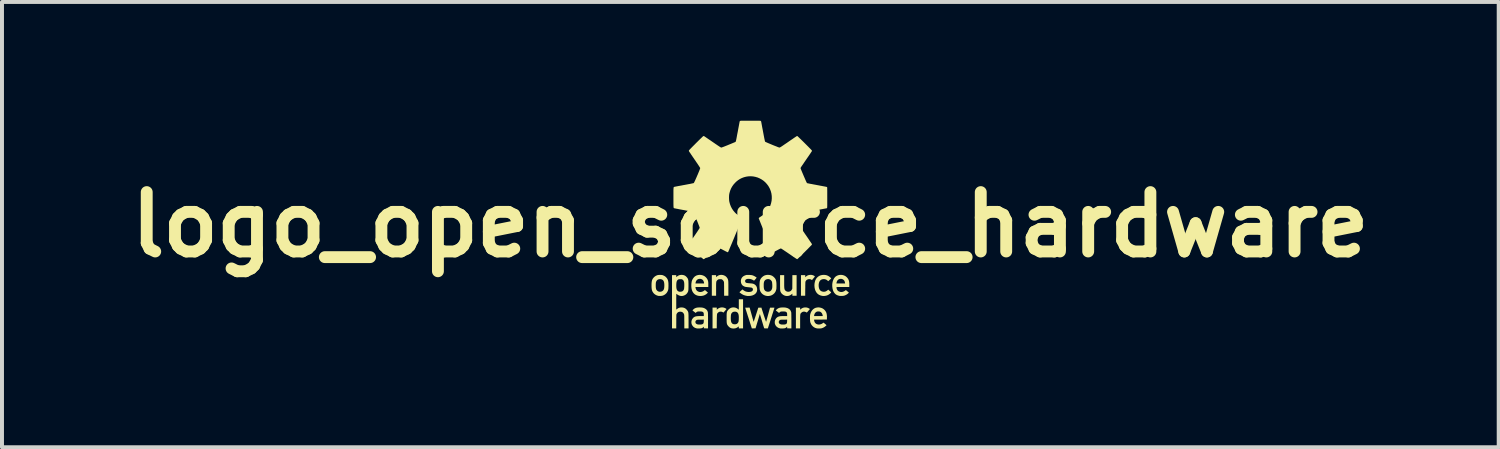
<source format=kicad_pcb>
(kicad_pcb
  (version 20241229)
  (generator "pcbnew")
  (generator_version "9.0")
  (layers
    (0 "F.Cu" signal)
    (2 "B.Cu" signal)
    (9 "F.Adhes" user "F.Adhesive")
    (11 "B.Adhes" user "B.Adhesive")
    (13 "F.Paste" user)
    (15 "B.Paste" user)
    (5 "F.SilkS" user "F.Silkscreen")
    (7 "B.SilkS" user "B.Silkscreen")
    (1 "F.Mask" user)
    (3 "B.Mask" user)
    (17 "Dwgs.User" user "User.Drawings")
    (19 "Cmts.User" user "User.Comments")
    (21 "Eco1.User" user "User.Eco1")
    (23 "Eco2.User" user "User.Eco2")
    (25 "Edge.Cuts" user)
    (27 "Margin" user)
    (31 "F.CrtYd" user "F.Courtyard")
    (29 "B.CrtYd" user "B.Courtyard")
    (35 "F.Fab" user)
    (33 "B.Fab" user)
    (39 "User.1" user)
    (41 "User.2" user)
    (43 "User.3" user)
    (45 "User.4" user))
  (footprint "logo_open_source_hardware"
    (layer "F.Cu")
    (at 15.907 2.625)
    (property "Reference" "logo_open_source_hardware" (at 0 0 0) (layer "F.SilkS") (effects (font (size 1.5 1.5) (thickness 0.3))))
    (attr board_only exclude_from_pos_files exclude_from_bom)
    (fp_poly (pts (xy 1.427 2.095) (xy 1.459 2.105) (xy 1.489 2.121) (xy 1.492 2.123) (xy 1.505 2.132) (xy 1.467 2.177) (xy 1.454 2.192) (xy 1.443 2.205) (xy 1.434 2.214) (xy 1.428 2.22) (xy 1.426 2.221) (xy 1.422 2.219) (xy 1.413 2.215) (xy 1.403 2.209) (xy 1.377 2.2) (xy 1.352 2.198) (xy 1.327 2.202) (xy 1.305 2.213) (xy 1.285 2.229) (xy 1.279 2.235) (xy 1.274 2.241) (xy 1.27 2.247) (xy 1.267 2.254) (xy 1.264 2.263) (xy 1.262 2.274) (xy 1.261 2.288) (xy 1.259 2.305) (xy 1.259 2.326) (xy 1.258 2.352) (xy 1.258 2.383) (xy 1.258 2.421) (xy 1.258 2.452) (xy 1.258 2.621) (xy 1.205 2.621) (xy 1.151 2.621) (xy 1.151 2.359) (xy 1.151 2.097) (xy 1.205 2.097) (xy 1.258 2.097) (xy 1.258 2.124) (xy 1.258 2.151) (xy 1.276 2.134) (xy 1.302 2.115) (xy 1.331 2.101) (xy 1.362 2.094) (xy 1.395 2.092)) (stroke (width 0) (type solid)) (fill yes) (layer "F.SilkS"))
    (fp_poly (pts (xy 1.553 1.271) (xy 1.585 1.28) (xy 1.606 1.29) (xy 1.617 1.296) (xy 1.624 1.301) (xy 1.628 1.306) (xy 1.628 1.312) (xy 1.624 1.32) (xy 1.616 1.331) (xy 1.604 1.345) (xy 1.595 1.356) (xy 1.557 1.401) (xy 1.544 1.392) (xy 1.523 1.382) (xy 1.502 1.377) (xy 1.48 1.377) (xy 1.454 1.382) (xy 1.431 1.392) (xy 1.412 1.408) (xy 1.398 1.428) (xy 1.395 1.436) (xy 1.393 1.44) (xy 1.392 1.446) (xy 1.391 1.452) (xy 1.39 1.461) (xy 1.39 1.473) (xy 1.389 1.488) (xy 1.389 1.507) (xy 1.388 1.531) (xy 1.388 1.56) (xy 1.388 1.596) (xy 1.387 1.625) (xy 1.386 1.797) (xy 1.333 1.797) (xy 1.279 1.797) (xy 1.279 1.536) (xy 1.279 1.276) (xy 1.333 1.276) (xy 1.387 1.276) (xy 1.387 1.303) (xy 1.387 1.329) (xy 1.403 1.314) (xy 1.428 1.294) (xy 1.457 1.28) (xy 1.488 1.272) (xy 1.521 1.269)) (stroke (width 0) (type solid)) (fill yes) (layer "F.SilkS"))
    (fp_poly (pts (xy -0.678 2.095) (xy -0.646 2.105) (xy -0.616 2.121) (xy -0.614 2.123) (xy -0.601 2.132) (xy -0.639 2.177) (xy -0.652 2.192) (xy -0.663 2.204) (xy -0.672 2.214) (xy -0.678 2.22) (xy -0.679 2.221) (xy -0.684 2.219) (xy -0.692 2.215) (xy -0.703 2.209) (xy -0.718 2.203) (xy -0.731 2.199) (xy -0.747 2.199) (xy -0.748 2.199) (xy -0.771 2.2) (xy -0.79 2.206) (xy -0.807 2.216) (xy -0.815 2.223) (xy -0.822 2.229) (xy -0.827 2.235) (xy -0.832 2.24) (xy -0.836 2.247) (xy -0.839 2.254) (xy -0.841 2.264) (xy -0.843 2.276) (xy -0.844 2.291) (xy -0.845 2.311) (xy -0.846 2.334) (xy -0.847 2.363) (xy -0.847 2.398) (xy -0.848 2.439) (xy -0.848 2.445) (xy -0.849 2.62) (xy -0.902 2.621) (xy -0.955 2.622) (xy -0.955 2.359) (xy -0.955 2.097) (xy -0.901 2.097) (xy -0.848 2.097) (xy -0.848 2.124) (xy -0.848 2.151) (xy -0.83 2.134) (xy -0.804 2.115) (xy -0.775 2.101) (xy -0.743 2.093) (xy -0.711 2.091)) (stroke (width 0) (type solid)) (fill yes) (layer "F.SilkS"))
    (fp_poly (pts (xy 0.855 1.432) (xy 0.855 1.474) (xy 0.855 1.509) (xy 0.855 1.539) (xy 0.856 1.563) (xy 0.857 1.583) (xy 0.858 1.6) (xy 0.86 1.613) (xy 0.862 1.623) (xy 0.864 1.632) (xy 0.867 1.639) (xy 0.869 1.644) (xy 0.883 1.664) (xy 0.902 1.68) (xy 0.925 1.691) (xy 0.949 1.696) (xy 0.975 1.695) (xy 0.987 1.692) (xy 1.01 1.683) (xy 1.028 1.67) (xy 1.042 1.652) (xy 1.048 1.641) (xy 1.06 1.617) (xy 1.061 1.446) (xy 1.062 1.276) (xy 1.115 1.276) (xy 1.169 1.276) (xy 1.169 1.536) (xy 1.169 1.797) (xy 1.115 1.797) (xy 1.062 1.797) (xy 1.062 1.77) (xy 1.062 1.743) (xy 1.045 1.758) (xy 1.016 1.779) (xy 0.985 1.794) (xy 0.952 1.802) (xy 0.918 1.803) (xy 0.886 1.799) (xy 0.858 1.789) (xy 0.83 1.774) (xy 0.806 1.755) (xy 0.785 1.734) (xy 0.772 1.713) (xy 0.767 1.704) (xy 0.764 1.696) (xy 0.761 1.689) (xy 0.758 1.68) (xy 0.756 1.671) (xy 0.755 1.66) (xy 0.753 1.646) (xy 0.752 1.629) (xy 0.752 1.608) (xy 0.752 1.583) (xy 0.751 1.553) (xy 0.751 1.517) (xy 0.751 1.475) (xy 0.751 1.466) (xy 0.751 1.276) (xy 0.803 1.276) (xy 0.855 1.276)) (stroke (width 0) (type solid)) (fill yes) (layer "F.SilkS"))
    (fp_poly (pts (xy -0.696 1.273) (xy -0.666 1.282) (xy -0.637 1.296) (xy -0.611 1.316) (xy -0.59 1.34) (xy -0.577 1.361) (xy -0.572 1.37) (xy -0.569 1.378) (xy -0.565 1.387) (xy -0.563 1.397) (xy -0.56 1.408) (xy -0.559 1.421) (xy -0.557 1.437) (xy -0.556 1.457) (xy -0.556 1.481) (xy -0.555 1.509) (xy -0.555 1.543) (xy -0.555 1.583) (xy -0.555 1.614) (xy -0.555 1.797) (xy -0.608 1.797) (xy -0.662 1.797) (xy -0.663 1.625) (xy -0.663 1.585) (xy -0.663 1.552) (xy -0.664 1.525) (xy -0.664 1.503) (xy -0.664 1.486) (xy -0.665 1.472) (xy -0.665 1.461) (xy -0.666 1.454) (xy -0.667 1.448) (xy -0.669 1.443) (xy -0.67 1.439) (xy -0.672 1.435) (xy -0.686 1.412) (xy -0.705 1.393) (xy -0.717 1.385) (xy -0.726 1.381) (xy -0.736 1.379) (xy -0.749 1.378) (xy -0.764 1.378) (xy -0.78 1.378) (xy -0.791 1.379) (xy -0.801 1.381) (xy -0.81 1.385) (xy -0.815 1.388) (xy -0.827 1.397) (xy -0.839 1.407) (xy -0.844 1.413) (xy -0.849 1.42) (xy -0.853 1.426) (xy -0.856 1.433) (xy -0.859 1.44) (xy -0.861 1.45) (xy -0.862 1.462) (xy -0.864 1.477) (xy -0.864 1.495) (xy -0.865 1.519) (xy -0.865 1.547) (xy -0.865 1.58) (xy -0.865 1.62) (xy -0.865 1.63) (xy -0.865 1.797) (xy -0.919 1.797) (xy -0.973 1.797) (xy -0.973 1.536) (xy -0.973 1.276) (xy -0.919 1.276) (xy -0.865 1.276) (xy -0.865 1.301) (xy -0.865 1.326) (xy -0.849 1.312) (xy -0.821 1.292) (xy -0.791 1.278) (xy -0.76 1.271) (xy -0.728 1.269)) (stroke (width 0) (type solid)) (fill yes) (layer "F.SilkS"))
    (fp_poly (pts (xy 1.868 1.27) (xy 1.901 1.273) (xy 1.93 1.28) (xy 1.957 1.291) (xy 1.975 1.301) (xy 1.987 1.308) (xy 2 1.318) (xy 2.013 1.328) (xy 2.025 1.339) (xy 2.035 1.348) (xy 2.041 1.355) (xy 2.043 1.358) (xy 2.041 1.361) (xy 2.034 1.369) (xy 2.023 1.379) (xy 2.01 1.39) (xy 2.005 1.395) (xy 1.967 1.429) (xy 1.95 1.413) (xy 1.926 1.394) (xy 1.899 1.383) (xy 1.87 1.377) (xy 1.864 1.376) (xy 1.832 1.378) (xy 1.804 1.385) (xy 1.78 1.398) (xy 1.76 1.416) (xy 1.745 1.44) (xy 1.734 1.469) (xy 1.727 1.504) (xy 1.726 1.537) (xy 1.728 1.573) (xy 1.735 1.606) (xy 1.746 1.634) (xy 1.762 1.657) (xy 1.781 1.675) (xy 1.803 1.686) (xy 1.835 1.695) (xy 1.866 1.696) (xy 1.895 1.691) (xy 1.924 1.678) (xy 1.951 1.658) (xy 1.954 1.655) (xy 1.968 1.643) (xy 2.003 1.674) (xy 2.016 1.686) (xy 2.028 1.696) (xy 2.036 1.704) (xy 2.041 1.708) (xy 2.041 1.708) (xy 2.041 1.713) (xy 2.037 1.72) (xy 2.028 1.73) (xy 2.016 1.741) (xy 2.001 1.753) (xy 1.986 1.764) (xy 1.969 1.774) (xy 1.968 1.775) (xy 1.937 1.789) (xy 1.901 1.798) (xy 1.864 1.803) (xy 1.828 1.802) (xy 1.809 1.799) (xy 1.769 1.788) (xy 1.733 1.772) (xy 1.702 1.75) (xy 1.676 1.723) (xy 1.655 1.69) (xy 1.638 1.653) (xy 1.627 1.611) (xy 1.622 1.581) (xy 1.619 1.535) (xy 1.622 1.489) (xy 1.63 1.447) (xy 1.642 1.407) (xy 1.66 1.371) (xy 1.683 1.341) (xy 1.711 1.315) (xy 1.743 1.295) (xy 1.778 1.28) (xy 1.817 1.272) (xy 1.859 1.269)) (stroke (width 0) (type solid)) (fill yes) (layer "F.SilkS"))
    (fp_poly (pts (xy 1.758 2.095) (xy 1.793 2.104) (xy 1.826 2.118) (xy 1.855 2.138) (xy 1.882 2.163) (xy 1.903 2.192) (xy 1.92 2.225) (xy 1.92 2.226) (xy 1.928 2.255) (xy 1.933 2.287) (xy 1.936 2.326) (xy 1.935 2.352) (xy 1.934 2.398) (xy 1.773 2.399) (xy 1.611 2.4) (xy 1.611 2.412) (xy 1.612 2.422) (xy 1.615 2.435) (xy 1.619 2.448) (xy 1.63 2.473) (xy 1.646 2.493) (xy 1.667 2.509) (xy 1.692 2.519) (xy 1.721 2.524) (xy 1.741 2.524) (xy 1.774 2.518) (xy 1.805 2.506) (xy 1.828 2.491) (xy 1.849 2.476) (xy 1.888 2.508) (xy 1.926 2.541) (xy 1.902 2.563) (xy 1.876 2.584) (xy 1.845 2.602) (xy 1.814 2.615) (xy 1.795 2.62) (xy 1.774 2.623) (xy 1.749 2.624) (xy 1.722 2.624) (xy 1.696 2.623) (xy 1.674 2.62) (xy 1.672 2.619) (xy 1.638 2.609) (xy 1.606 2.592) (xy 1.578 2.57) (xy 1.554 2.544) (xy 1.535 2.515) (xy 1.535 2.514) (xy 1.526 2.494) (xy 1.518 2.474) (xy 1.513 2.455) (xy 1.51 2.434) (xy 1.508 2.41) (xy 1.507 2.381) (xy 1.506 2.363) (xy 1.507 2.337) (xy 1.507 2.318) (xy 1.508 2.303) (xy 1.508 2.3) (xy 1.611 2.3) (xy 1.611 2.301) (xy 1.611 2.311) (xy 1.72 2.311) (xy 1.83 2.311) (xy 1.827 2.294) (xy 1.82 2.264) (xy 1.807 2.238) (xy 1.79 2.218) (xy 1.773 2.205) (xy 1.763 2.2) (xy 1.752 2.197) (xy 1.739 2.195) (xy 1.726 2.194) (xy 1.7 2.194) (xy 1.679 2.199) (xy 1.661 2.209) (xy 1.644 2.224) (xy 1.642 2.225) (xy 1.63 2.241) (xy 1.621 2.261) (xy 1.614 2.282) (xy 1.611 2.3) (xy 1.508 2.3) (xy 1.509 2.29) (xy 1.511 2.278) (xy 1.514 2.266) (xy 1.514 2.263) (xy 1.527 2.223) (xy 1.545 2.188) (xy 1.567 2.158) (xy 1.593 2.133) (xy 1.622 2.114) (xy 1.646 2.103) (xy 1.684 2.094) (xy 1.721 2.091)) (stroke (width 0) (type solid)) (fill yes) (layer "F.SilkS"))
    (fp_poly (pts (xy -1.248 1.271) (xy -1.211 1.279) (xy -1.176 1.293) (xy -1.175 1.293) (xy -1.152 1.307) (xy -1.13 1.325) (xy -1.109 1.347) (xy -1.093 1.369) (xy -1.087 1.378) (xy -1.078 1.398) (xy -1.071 1.418) (xy -1.066 1.439) (xy -1.063 1.464) (xy -1.062 1.493) (xy -1.062 1.516) (xy -1.062 1.576) (xy -1.224 1.576) (xy -1.387 1.576) (xy -1.385 1.594) (xy -1.378 1.625) (xy -1.365 1.651) (xy -1.348 1.672) (xy -1.326 1.687) (xy -1.299 1.698) (xy -1.287 1.701) (xy -1.256 1.703) (xy -1.225 1.697) (xy -1.195 1.686) (xy -1.165 1.667) (xy -1.161 1.664) (xy -1.148 1.653) (xy -1.123 1.673) (xy -1.11 1.684) (xy -1.097 1.695) (xy -1.087 1.704) (xy -1.085 1.706) (xy -1.071 1.718) (xy -1.087 1.734) (xy -1.116 1.759) (xy -1.149 1.779) (xy -1.186 1.793) (xy -1.225 1.801) (xy -1.267 1.803) (xy -1.305 1.8) (xy -1.344 1.791) (xy -1.379 1.776) (xy -1.409 1.756) (xy -1.435 1.73) (xy -1.457 1.699) (xy -1.473 1.663) (xy -1.479 1.643) (xy -1.487 1.607) (xy -1.491 1.566) (xy -1.491 1.524) (xy -1.489 1.485) (xy -1.387 1.485) (xy -1.383 1.486) (xy -1.373 1.486) (xy -1.358 1.486) (xy -1.339 1.486) (xy -1.315 1.486) (xy -1.289 1.486) (xy -1.277 1.486) (xy -1.168 1.486) (xy -1.17 1.468) (xy -1.174 1.45) (xy -1.181 1.431) (xy -1.19 1.413) (xy -1.2 1.4) (xy -1.2 1.4) (xy -1.217 1.386) (xy -1.238 1.376) (xy -1.26 1.37) (xy -1.267 1.37) (xy -1.295 1.371) (xy -1.32 1.378) (xy -1.342 1.391) (xy -1.36 1.41) (xy -1.374 1.433) (xy -1.382 1.462) (xy -1.383 1.463) (xy -1.385 1.474) (xy -1.386 1.483) (xy -1.387 1.485) (xy -1.489 1.485) (xy -1.488 1.481) (xy -1.482 1.441) (xy -1.481 1.437) (xy -1.471 1.404) (xy -1.455 1.373) (xy -1.435 1.344) (xy -1.413 1.319) (xy -1.39 1.301) (xy -1.358 1.284) (xy -1.323 1.274) (xy -1.286 1.269)) (stroke (width 0) (type solid)) (fill yes) (layer "F.SilkS"))
    (fp_poly (pts (xy -2.258 1.271) (xy -2.236 1.273) (xy -2.217 1.276) (xy -2.215 1.277) (xy -2.18 1.292) (xy -2.15 1.31) (xy -2.125 1.334) (xy -2.111 1.35) (xy -2.099 1.368) (xy -2.089 1.387) (xy -2.081 1.407) (xy -2.076 1.429) (xy -2.072 1.455) (xy -2.069 1.485) (xy -2.069 1.521) (xy -2.068 1.536) (xy -2.069 1.568) (xy -2.07 1.596) (xy -2.071 1.618) (xy -2.073 1.634) (xy -2.083 1.67) (xy -2.1 1.703) (xy -2.121 1.733) (xy -2.148 1.758) (xy -2.179 1.779) (xy -2.214 1.794) (xy -2.218 1.795) (xy -2.235 1.798) (xy -2.256 1.801) (xy -2.279 1.802) (xy -2.301 1.802) (xy -2.319 1.801) (xy -2.324 1.8) (xy -2.36 1.79) (xy -2.393 1.774) (xy -2.423 1.753) (xy -2.449 1.727) (xy -2.469 1.696) (xy -2.473 1.689) (xy -2.481 1.671) (xy -2.487 1.651) (xy -2.491 1.629) (xy -2.494 1.604) (xy -2.496 1.573) (xy -2.496 1.537) (xy -2.496 1.533) (xy -2.496 1.524) (xy -2.39 1.524) (xy -2.39 1.554) (xy -2.389 1.581) (xy -2.386 1.605) (xy -2.382 1.624) (xy -2.379 1.635) (xy -2.365 1.657) (xy -2.347 1.675) (xy -2.326 1.688) (xy -2.301 1.695) (xy -2.276 1.696) (xy -2.249 1.691) (xy -2.235 1.686) (xy -2.215 1.674) (xy -2.2 1.659) (xy -2.188 1.64) (xy -2.18 1.617) (xy -2.175 1.587) (xy -2.175 1.582) (xy -2.173 1.55) (xy -2.173 1.518) (xy -2.175 1.489) (xy -2.179 1.462) (xy -2.185 1.44) (xy -2.192 1.424) (xy -2.192 1.423) (xy -2.208 1.403) (xy -2.228 1.388) (xy -2.252 1.38) (xy -2.274 1.377) (xy -2.303 1.378) (xy -2.328 1.385) (xy -2.349 1.397) (xy -2.366 1.416) (xy -2.375 1.431) (xy -2.38 1.442) (xy -2.384 1.453) (xy -2.386 1.464) (xy -2.388 1.479) (xy -2.389 1.494) (xy -2.39 1.524) (xy -2.496 1.524) (xy -2.496 1.497) (xy -2.494 1.467) (xy -2.491 1.442) (xy -2.487 1.42) (xy -2.482 1.401) (xy -2.48 1.395) (xy -2.465 1.366) (xy -2.444 1.339) (xy -2.419 1.315) (xy -2.39 1.295) (xy -2.359 1.281) (xy -2.352 1.278) (xy -2.333 1.274) (xy -2.309 1.271) (xy -2.284 1.27)) (stroke (width 0) (type solid)) (fill yes) (layer "F.SilkS"))
    (fp_poly (pts (xy 0.487 1.272) (xy 0.521 1.28) (xy 0.553 1.294) (xy 0.582 1.315) (xy 0.598 1.329) (xy 0.614 1.347) (xy 0.628 1.364) (xy 0.638 1.382) (xy 0.646 1.401) (xy 0.652 1.423) (xy 0.656 1.449) (xy 0.659 1.478) (xy 0.66 1.514) (xy 0.66 1.538) (xy 0.66 1.566) (xy 0.659 1.587) (xy 0.659 1.604) (xy 0.658 1.617) (xy 0.657 1.628) (xy 0.655 1.637) (xy 0.652 1.647) (xy 0.652 1.648) (xy 0.64 1.683) (xy 0.623 1.713) (xy 0.601 1.74) (xy 0.598 1.743) (xy 0.569 1.767) (xy 0.537 1.785) (xy 0.501 1.797) (xy 0.464 1.803) (xy 0.425 1.803) (xy 0.408 1.8) (xy 0.371 1.791) (xy 0.337 1.775) (xy 0.307 1.755) (xy 0.281 1.729) (xy 0.26 1.699) (xy 0.255 1.688) (xy 0.248 1.672) (xy 0.242 1.656) (xy 0.238 1.64) (xy 0.236 1.621) (xy 0.234 1.598) (xy 0.233 1.571) (xy 0.232 1.539) (xy 0.232 1.535) (xy 0.232 1.531) (xy 0.338 1.531) (xy 0.338 1.554) (xy 0.339 1.582) (xy 0.342 1.604) (xy 0.345 1.622) (xy 0.35 1.637) (xy 0.357 1.65) (xy 0.364 1.659) (xy 0.38 1.676) (xy 0.401 1.687) (xy 0.426 1.694) (xy 0.451 1.696) (xy 0.477 1.692) (xy 0.479 1.692) (xy 0.503 1.681) (xy 0.523 1.665) (xy 0.538 1.643) (xy 0.548 1.617) (xy 0.552 1.601) (xy 0.554 1.583) (xy 0.555 1.561) (xy 0.555 1.536) (xy 0.554 1.511) (xy 0.552 1.488) (xy 0.55 1.467) (xy 0.548 1.45) (xy 0.546 1.444) (xy 0.536 1.424) (xy 0.521 1.406) (xy 0.503 1.391) (xy 0.484 1.382) (xy 0.483 1.381) (xy 0.456 1.376) (xy 0.429 1.377) (xy 0.404 1.384) (xy 0.382 1.395) (xy 0.377 1.399) (xy 0.364 1.413) (xy 0.354 1.428) (xy 0.346 1.447) (xy 0.341 1.47) (xy 0.338 1.498) (xy 0.338 1.531) (xy 0.232 1.531) (xy 0.233 1.495) (xy 0.235 1.462) (xy 0.238 1.434) (xy 0.243 1.41) (xy 0.251 1.389) (xy 0.261 1.37) (xy 0.273 1.353) (xy 0.289 1.335) (xy 0.294 1.329) (xy 0.322 1.306) (xy 0.351 1.288) (xy 0.383 1.277) (xy 0.418 1.27) (xy 0.448 1.269)) (stroke (width 0) (type solid)) (fill yes) (layer "F.SilkS"))
    (fp_poly (pts (xy -0.184 2.254) (xy -0.184 2.621) (xy -0.237 2.621) (xy -0.291 2.621) (xy -0.292 2.596) (xy -0.293 2.571) (xy -0.31 2.585) (xy -0.339 2.604) (xy -0.368 2.617) (xy -0.4 2.623) (xy -0.426 2.625) (xy -0.443 2.624) (xy -0.459 2.622) (xy -0.472 2.62) (xy -0.473 2.62) (xy -0.487 2.615) (xy -0.502 2.609) (xy -0.507 2.607) (xy -0.522 2.597) (xy -0.539 2.583) (xy -0.555 2.567) (xy -0.569 2.55) (xy -0.58 2.534) (xy -0.581 2.532) (xy -0.586 2.521) (xy -0.59 2.51) (xy -0.593 2.499) (xy -0.595 2.486) (xy -0.597 2.471) (xy -0.598 2.453) (xy -0.599 2.43) (xy -0.599 2.403) (xy -0.599 2.381) (xy -0.494 2.381) (xy -0.492 2.414) (xy -0.488 2.441) (xy -0.482 2.463) (xy -0.473 2.48) (xy -0.462 2.494) (xy -0.457 2.499) (xy -0.444 2.508) (xy -0.43 2.513) (xy -0.414 2.517) (xy -0.393 2.518) (xy -0.376 2.517) (xy -0.363 2.515) (xy -0.351 2.512) (xy -0.346 2.509) (xy -0.326 2.496) (xy -0.311 2.478) (xy -0.3 2.454) (xy -0.299 2.452) (xy -0.296 2.438) (xy -0.294 2.417) (xy -0.292 2.39) (xy -0.292 2.377) (xy -0.291 2.338) (xy -0.293 2.305) (xy -0.297 2.278) (xy -0.303 2.256) (xy -0.312 2.238) (xy -0.323 2.223) (xy -0.327 2.22) (xy -0.342 2.209) (xy -0.36 2.202) (xy -0.381 2.199) (xy -0.393 2.199) (xy -0.42 2.201) (xy -0.443 2.21) (xy -0.462 2.224) (xy -0.477 2.243) (xy -0.484 2.259) (xy -0.487 2.269) (xy -0.489 2.278) (xy -0.491 2.29) (xy -0.492 2.306) (xy -0.493 2.326) (xy -0.494 2.342) (xy -0.494 2.381) (xy -0.599 2.381) (xy -0.599 2.369) (xy -0.599 2.357) (xy -0.599 2.318) (xy -0.599 2.286) (xy -0.598 2.259) (xy -0.596 2.236) (xy -0.593 2.218) (xy -0.589 2.202) (xy -0.583 2.188) (xy -0.576 2.176) (xy -0.567 2.164) (xy -0.557 2.151) (xy -0.551 2.145) (xy -0.525 2.122) (xy -0.496 2.106) (xy -0.466 2.095) (xy -0.433 2.091) (xy -0.401 2.093) (xy -0.368 2.101) (xy -0.337 2.116) (xy -0.311 2.134) (xy -0.291 2.15) (xy -0.291 2.018) (xy -0.291 1.886) (xy -0.237 1.886) (xy -0.184 1.886)) (stroke (width 0) (type solid)) (fill yes) (layer "F.SilkS"))
    (fp_poly (pts (xy 2.322 1.272) (xy 2.358 1.281) (xy 2.391 1.295) (xy 2.414 1.31) (xy 2.437 1.33) (xy 2.457 1.353) (xy 2.473 1.377) (xy 2.477 1.384) (xy 2.485 1.403) (xy 2.491 1.421) (xy 2.495 1.441) (xy 2.498 1.463) (xy 2.5 1.489) (xy 2.5 1.518) (xy 2.5 1.576) (xy 2.338 1.576) (xy 2.299 1.576) (xy 2.266 1.576) (xy 2.24 1.576) (xy 2.219 1.576) (xy 2.203 1.576) (xy 2.191 1.578) (xy 2.183 1.579) (xy 2.178 1.582) (xy 2.175 1.585) (xy 2.175 1.589) (xy 2.176 1.594) (xy 2.177 1.6) (xy 2.179 1.608) (xy 2.179 1.609) (xy 2.188 1.637) (xy 2.202 1.661) (xy 2.221 1.679) (xy 2.246 1.692) (xy 2.275 1.7) (xy 2.276 1.701) (xy 2.297 1.703) (xy 2.317 1.701) (xy 2.32 1.701) (xy 2.338 1.696) (xy 2.357 1.689) (xy 2.375 1.68) (xy 2.39 1.671) (xy 2.399 1.665) (xy 2.406 1.658) (xy 2.411 1.654) (xy 2.412 1.654) (xy 2.416 1.656) (xy 2.424 1.662) (xy 2.435 1.671) (xy 2.447 1.681) (xy 2.46 1.692) (xy 2.473 1.702) (xy 2.483 1.711) (xy 2.487 1.715) (xy 2.487 1.72) (xy 2.482 1.727) (xy 2.478 1.731) (xy 2.452 1.754) (xy 2.421 1.774) (xy 2.388 1.789) (xy 2.369 1.795) (xy 2.349 1.799) (xy 2.326 1.801) (xy 2.301 1.802) (xy 2.277 1.802) (xy 2.258 1.801) (xy 2.257 1.801) (xy 2.217 1.791) (xy 2.182 1.777) (xy 2.152 1.757) (xy 2.127 1.731) (xy 2.106 1.701) (xy 2.09 1.665) (xy 2.078 1.623) (xy 2.071 1.576) (xy 2.07 1.563) (xy 2.069 1.516) (xy 2.072 1.486) (xy 2.175 1.486) (xy 2.284 1.486) (xy 2.394 1.486) (xy 2.391 1.468) (xy 2.385 1.439) (xy 2.373 1.415) (xy 2.356 1.396) (xy 2.334 1.381) (xy 2.31 1.372) (xy 2.296 1.37) (xy 2.267 1.37) (xy 2.242 1.377) (xy 2.22 1.39) (xy 2.202 1.408) (xy 2.188 1.432) (xy 2.179 1.461) (xy 2.177 1.471) (xy 2.175 1.486) (xy 2.072 1.486) (xy 2.074 1.471) (xy 2.083 1.43) (xy 2.097 1.392) (xy 2.115 1.358) (xy 2.138 1.329) (xy 2.154 1.313) (xy 2.183 1.294) (xy 2.215 1.28) (xy 2.249 1.272) (xy 2.286 1.269)) (stroke (width 0) (type solid)) (fill yes) (layer "F.SilkS"))
    (fp_poly (pts (xy 0.337 2.277) (xy 0.348 2.311) (xy 0.359 2.343) (xy 0.369 2.372) (xy 0.377 2.398) (xy 0.385 2.42) (xy 0.391 2.437) (xy 0.395 2.449) (xy 0.397 2.455) (xy 0.398 2.455) (xy 0.399 2.451) (xy 0.402 2.441) (xy 0.407 2.426) (xy 0.412 2.405) (xy 0.419 2.381) (xy 0.427 2.352) (xy 0.436 2.321) (xy 0.445 2.287) (xy 0.448 2.276) (xy 0.497 2.099) (xy 0.553 2.098) (xy 0.572 2.097) (xy 0.588 2.098) (xy 0.6 2.098) (xy 0.607 2.099) (xy 0.609 2.099) (xy 0.608 2.103) (xy 0.605 2.113) (xy 0.6 2.129) (xy 0.593 2.15) (xy 0.585 2.176) (xy 0.576 2.205) (xy 0.565 2.239) (xy 0.553 2.275) (xy 0.541 2.315) (xy 0.528 2.356) (xy 0.526 2.362) (xy 0.443 2.621) (xy 0.397 2.621) (xy 0.378 2.621) (xy 0.365 2.621) (xy 0.357 2.62) (xy 0.352 2.619) (xy 0.35 2.617) (xy 0.348 2.613) (xy 0.346 2.608) (xy 0.343 2.597) (xy 0.338 2.581) (xy 0.331 2.56) (xy 0.324 2.535) (xy 0.315 2.507) (xy 0.307 2.477) (xy 0.303 2.466) (xy 0.294 2.434) (xy 0.285 2.403) (xy 0.276 2.374) (xy 0.268 2.347) (xy 0.261 2.324) (xy 0.255 2.306) (xy 0.251 2.293) (xy 0.251 2.291) (xy 0.24 2.256) (xy 0.186 2.438) (xy 0.131 2.62) (xy 0.085 2.621) (xy 0.038 2.622) (xy 0.014 2.549) (xy 0.009 2.532) (xy 0.001 2.508) (xy -0.008 2.48) (xy -0.018 2.447) (xy -0.029 2.412) (xy -0.041 2.375) (xy -0.053 2.337) (xy -0.066 2.299) (xy -0.069 2.288) (xy -0.13 2.099) (xy -0.074 2.098) (xy -0.055 2.097) (xy -0.039 2.097) (xy -0.026 2.097) (xy -0.019 2.097) (xy -0.018 2.098) (xy -0.016 2.101) (xy -0.014 2.111) (xy -0.009 2.126) (xy -0.004 2.147) (xy 0.003 2.171) (xy 0.011 2.2) (xy 0.02 2.231) (xy 0.029 2.265) (xy 0.033 2.278) (xy 0.042 2.312) (xy 0.051 2.344) (xy 0.059 2.374) (xy 0.067 2.399) (xy 0.073 2.421) (xy 0.078 2.438) (xy 0.082 2.449) (xy 0.084 2.454) (xy 0.084 2.455) (xy 0.086 2.451) (xy 0.089 2.441) (xy 0.095 2.425) (xy 0.101 2.405) (xy 0.109 2.38) (xy 0.119 2.352) (xy 0.129 2.321) (xy 0.14 2.288) (xy 0.144 2.275) (xy 0.201 2.099) (xy 0.24 2.098) (xy 0.279 2.097)) (stroke (width 0) (type solid)) (fill yes) (layer "F.SilkS"))
    (fp_poly (pts (xy -0.041 1.271) (xy -0.009 1.272) (xy 0.017 1.274) (xy 0.04 1.277) (xy 0.061 1.283) (xy 0.081 1.291) (xy 0.095 1.298) (xy 0.109 1.305) (xy 0.124 1.314) (xy 0.138 1.323) (xy 0.149 1.33) (xy 0.156 1.337) (xy 0.159 1.34) (xy 0.157 1.344) (xy 0.151 1.352) (xy 0.142 1.363) (xy 0.132 1.375) (xy 0.121 1.387) (xy 0.111 1.399) (xy 0.102 1.408) (xy 0.096 1.414) (xy 0.094 1.415) (xy 0.089 1.413) (xy 0.081 1.409) (xy 0.08 1.408) (xy 0.056 1.394) (xy 0.03 1.383) (xy 0.003 1.375) (xy -0.025 1.371) (xy -0.051 1.37) (xy -0.076 1.372) (xy -0.097 1.378) (xy -0.115 1.388) (xy -0.125 1.398) (xy -0.13 1.411) (xy -0.132 1.427) (xy -0.13 1.442) (xy -0.125 1.454) (xy -0.123 1.456) (xy -0.116 1.463) (xy -0.108 1.468) (xy -0.098 1.472) (xy -0.084 1.475) (xy -0.067 1.477) (xy -0.044 1.48) (xy -0.025 1.481) (xy 0.004 1.484) (xy 0.028 1.486) (xy 0.046 1.489) (xy 0.061 1.491) (xy 0.074 1.495) (xy 0.085 1.499) (xy 0.096 1.504) (xy 0.098 1.505) (xy 0.122 1.521) (xy 0.142 1.542) (xy 0.158 1.568) (xy 0.168 1.597) (xy 0.172 1.629) (xy 0.172 1.653) (xy 0.166 1.684) (xy 0.154 1.712) (xy 0.136 1.737) (xy 0.112 1.759) (xy 0.083 1.776) (xy 0.049 1.79) (xy 0.036 1.793) (xy 0.014 1.798) (xy -0.011 1.801) (xy -0.038 1.802) (xy -0.063 1.803) (xy -0.084 1.801) (xy -0.088 1.8) (xy -0.135 1.79) (xy -0.177 1.775) (xy -0.179 1.774) (xy -0.196 1.765) (xy -0.215 1.754) (xy -0.233 1.742) (xy -0.25 1.73) (xy -0.262 1.72) (xy -0.266 1.716) (xy -0.275 1.707) (xy -0.238 1.672) (xy -0.2 1.637) (xy -0.177 1.655) (xy -0.146 1.676) (xy -0.116 1.69) (xy -0.083 1.698) (xy -0.046 1.702) (xy -0.036 1.702) (xy -0.004 1.699) (xy 0.022 1.693) (xy 0.042 1.683) (xy 0.056 1.669) (xy 0.062 1.657) (xy 0.066 1.639) (xy 0.063 1.622) (xy 0.055 1.607) (xy 0.042 1.597) (xy 0.038 1.595) (xy 0.03 1.592) (xy 0.016 1.59) (xy -0.003 1.587) (xy -0.025 1.584) (xy -0.044 1.582) (xy -0.067 1.58) (xy -0.09 1.577) (xy -0.109 1.575) (xy -0.125 1.572) (xy -0.135 1.57) (xy -0.154 1.562) (xy -0.175 1.551) (xy -0.193 1.539) (xy -0.206 1.526) (xy -0.223 1.501) (xy -0.234 1.472) (xy -0.239 1.441) (xy -0.239 1.409) (xy -0.238 1.403) (xy -0.23 1.372) (xy -0.216 1.344) (xy -0.197 1.321) (xy -0.173 1.302) (xy -0.142 1.286) (xy -0.128 1.281) (xy -0.117 1.277) (xy -0.108 1.274) (xy -0.098 1.272) (xy -0.087 1.271) (xy -0.073 1.271) (xy -0.054 1.271)) (stroke (width 0) (type solid)) (fill yes) (layer "F.SilkS"))
    (fp_poly (pts (xy -1.247 2.093) (xy -1.218 2.096) (xy -1.192 2.101) (xy -1.169 2.109) (xy -1.152 2.117) (xy -1.124 2.134) (xy -1.102 2.155) (xy -1.085 2.18) (xy -1.074 2.21) (xy -1.073 2.217) (xy -1.072 2.226) (xy -1.071 2.242) (xy -1.07 2.265) (xy -1.07 2.296) (xy -1.069 2.333) (xy -1.069 2.377) (xy -1.069 2.428) (xy -1.069 2.429) (xy -1.069 2.622) (xy -1.122 2.621) (xy -1.174 2.62) (xy -1.175 2.599) (xy -1.176 2.578) (xy -1.191 2.592) (xy -1.204 2.604) (xy -1.218 2.612) (xy -1.235 2.618) (xy -1.256 2.621) (xy -1.282 2.623) (xy -1.294 2.624) (xy -1.313 2.624) (xy -1.331 2.623) (xy -1.346 2.623) (xy -1.355 2.622) (xy -1.356 2.621) (xy -1.391 2.611) (xy -1.421 2.595) (xy -1.446 2.574) (xy -1.465 2.549) (xy -1.48 2.52) (xy -1.488 2.489) (xy -1.489 2.457) (xy -1.489 2.454) (xy -1.389 2.454) (xy -1.388 2.466) (xy -1.384 2.483) (xy -1.377 2.496) (xy -1.364 2.507) (xy -1.347 2.516) (xy -1.339 2.519) (xy -1.329 2.522) (xy -1.319 2.523) (xy -1.306 2.524) (xy -1.289 2.524) (xy -1.274 2.524) (xy -1.254 2.524) (xy -1.24 2.523) (xy -1.229 2.521) (xy -1.221 2.519) (xy -1.213 2.516) (xy -1.21 2.514) (xy -1.198 2.507) (xy -1.189 2.499) (xy -1.183 2.489) (xy -1.179 2.475) (xy -1.177 2.456) (xy -1.176 2.44) (xy -1.175 2.4) (xy -1.259 2.401) (xy -1.285 2.401) (xy -1.306 2.402) (xy -1.321 2.402) (xy -1.332 2.403) (xy -1.34 2.404) (xy -1.347 2.406) (xy -1.352 2.408) (xy -1.357 2.41) (xy -1.358 2.411) (xy -1.373 2.422) (xy -1.383 2.437) (xy -1.389 2.454) (xy -1.489 2.454) (xy -1.484 2.426) (xy -1.474 2.397) (xy -1.457 2.371) (xy -1.437 2.348) (xy -1.416 2.334) (xy -1.403 2.327) (xy -1.39 2.322) (xy -1.374 2.318) (xy -1.355 2.315) (xy -1.333 2.313) (xy -1.306 2.311) (xy -1.274 2.311) (xy -1.261 2.311) (xy -1.176 2.311) (xy -1.176 2.274) (xy -1.177 2.252) (xy -1.179 2.235) (xy -1.184 2.223) (xy -1.191 2.214) (xy -1.202 2.206) (xy -1.207 2.204) (xy -1.215 2.2) (xy -1.222 2.197) (xy -1.232 2.196) (xy -1.245 2.195) (xy -1.262 2.194) (xy -1.271 2.194) (xy -1.298 2.194) (xy -1.32 2.195) (xy -1.336 2.198) (xy -1.35 2.204) (xy -1.361 2.212) (xy -1.368 2.218) (xy -1.38 2.232) (xy -1.42 2.201) (xy -1.435 2.19) (xy -1.447 2.18) (xy -1.456 2.173) (xy -1.461 2.168) (xy -1.461 2.167) (xy -1.459 2.163) (xy -1.453 2.155) (xy -1.443 2.146) (xy -1.432 2.136) (xy -1.42 2.126) (xy -1.408 2.118) (xy -1.4 2.114) (xy -1.379 2.105) (xy -1.358 2.099) (xy -1.334 2.095) (xy -1.306 2.093) (xy -1.281 2.092)) (stroke (width 0) (type solid)) (fill yes) (layer "F.SilkS"))
    (fp_poly (pts (xy 0.859 2.093) (xy 0.888 2.096) (xy 0.914 2.102) (xy 0.938 2.109) (xy 0.953 2.116) (xy 0.981 2.133) (xy 1.003 2.154) (xy 1.02 2.18) (xy 1.031 2.21) (xy 1.033 2.217) (xy 1.034 2.226) (xy 1.035 2.242) (xy 1.035 2.265) (xy 1.036 2.296) (xy 1.036 2.333) (xy 1.037 2.377) (xy 1.037 2.428) (xy 1.037 2.429) (xy 1.037 2.622) (xy 0.984 2.621) (xy 0.931 2.62) (xy 0.93 2.599) (xy 0.929 2.578) (xy 0.915 2.592) (xy 0.902 2.604) (xy 0.888 2.612) (xy 0.871 2.618) (xy 0.85 2.621) (xy 0.824 2.623) (xy 0.812 2.624) (xy 0.793 2.624) (xy 0.775 2.623) (xy 0.76 2.623) (xy 0.75 2.622) (xy 0.749 2.621) (xy 0.715 2.611) (xy 0.686 2.595) (xy 0.661 2.575) (xy 0.641 2.551) (xy 0.627 2.523) (xy 0.618 2.493) (xy 0.617 2.46) (xy 0.718 2.46) (xy 0.72 2.479) (xy 0.727 2.493) (xy 0.739 2.505) (xy 0.758 2.515) (xy 0.767 2.519) (xy 0.776 2.522) (xy 0.787 2.523) (xy 0.8 2.524) (xy 0.817 2.524) (xy 0.832 2.524) (xy 0.851 2.524) (xy 0.866 2.523) (xy 0.877 2.521) (xy 0.885 2.519) (xy 0.893 2.516) (xy 0.896 2.514) (xy 0.908 2.507) (xy 0.917 2.499) (xy 0.923 2.489) (xy 0.926 2.475) (xy 0.928 2.456) (xy 0.929 2.44) (xy 0.93 2.4) (xy 0.847 2.401) (xy 0.821 2.401) (xy 0.8 2.402) (xy 0.785 2.402) (xy 0.773 2.403) (xy 0.765 2.404) (xy 0.759 2.406) (xy 0.754 2.408) (xy 0.749 2.41) (xy 0.748 2.411) (xy 0.732 2.423) (xy 0.722 2.439) (xy 0.718 2.459) (xy 0.718 2.46) (xy 0.617 2.46) (xy 0.617 2.46) (xy 0.619 2.441) (xy 0.626 2.41) (xy 0.64 2.382) (xy 0.657 2.36) (xy 0.676 2.343) (xy 0.697 2.33) (xy 0.721 2.321) (xy 0.732 2.318) (xy 0.742 2.316) (xy 0.752 2.314) (xy 0.764 2.313) (xy 0.778 2.312) (xy 0.796 2.311) (xy 0.819 2.311) (xy 0.845 2.311) (xy 0.93 2.311) (xy 0.93 2.274) (xy 0.929 2.252) (xy 0.927 2.235) (xy 0.922 2.223) (xy 0.914 2.214) (xy 0.903 2.206) (xy 0.899 2.204) (xy 0.891 2.2) (xy 0.883 2.197) (xy 0.874 2.196) (xy 0.861 2.195) (xy 0.843 2.194) (xy 0.835 2.194) (xy 0.808 2.194) (xy 0.787 2.195) (xy 0.77 2.198) (xy 0.757 2.203) (xy 0.746 2.211) (xy 0.739 2.218) (xy 0.725 2.231) (xy 0.686 2.201) (xy 0.671 2.19) (xy 0.659 2.18) (xy 0.65 2.173) (xy 0.645 2.168) (xy 0.645 2.167) (xy 0.646 2.163) (xy 0.653 2.155) (xy 0.662 2.146) (xy 0.674 2.136) (xy 0.686 2.126) (xy 0.698 2.118) (xy 0.706 2.114) (xy 0.727 2.105) (xy 0.748 2.099) (xy 0.772 2.095) (xy 0.8 2.093) (xy 0.824 2.092)) (stroke (width 0) (type solid)) (fill yes) (layer "F.SilkS"))
    (fp_poly (pts (xy -1.697 1.273) (xy -1.665 1.283) (xy -1.653 1.289) (xy -1.636 1.3) (xy -1.619 1.315) (xy -1.603 1.332) (xy -1.589 1.35) (xy -1.582 1.362) (xy -1.577 1.373) (xy -1.573 1.384) (xy -1.57 1.395) (xy -1.567 1.408) (xy -1.566 1.423) (xy -1.564 1.442) (xy -1.564 1.465) (xy -1.563 1.493) (xy -1.563 1.526) (xy -1.563 1.535) (xy -1.563 1.57) (xy -1.564 1.6) (xy -1.564 1.624) (xy -1.565 1.643) (xy -1.567 1.66) (xy -1.569 1.673) (xy -1.572 1.685) (xy -1.576 1.696) (xy -1.581 1.706) (xy -1.583 1.71) (xy -1.6 1.737) (xy -1.622 1.76) (xy -1.649 1.779) (xy -1.678 1.792) (xy -1.709 1.801) (xy -1.742 1.803) (xy -1.764 1.801) (xy -1.787 1.795) (xy -1.812 1.785) (xy -1.835 1.772) (xy -1.853 1.76) (xy -1.861 1.753) (xy -1.868 1.748) (xy -1.87 1.747) (xy -1.87 1.75) (xy -1.871 1.76) (xy -1.871 1.776) (xy -1.871 1.797) (xy -1.871 1.823) (xy -1.872 1.852) (xy -1.872 1.885) (xy -1.872 1.921) (xy -1.872 1.947) (xy -1.872 2.146) (xy -1.85 2.13) (xy -1.825 2.113) (xy -1.801 2.102) (xy -1.774 2.095) (xy -1.765 2.093) (xy -1.73 2.092) (xy -1.696 2.096) (xy -1.663 2.107) (xy -1.643 2.118) (xy -1.625 2.132) (xy -1.607 2.15) (xy -1.592 2.169) (xy -1.581 2.185) (xy -1.577 2.194) (xy -1.574 2.202) (xy -1.571 2.21) (xy -1.568 2.219) (xy -1.566 2.23) (xy -1.565 2.243) (xy -1.564 2.259) (xy -1.563 2.278) (xy -1.562 2.301) (xy -1.562 2.33) (xy -1.562 2.363) (xy -1.561 2.403) (xy -1.561 2.435) (xy -1.561 2.621) (xy -1.615 2.621) (xy -1.668 2.621) (xy -1.668 2.454) (xy -1.669 2.414) (xy -1.669 2.38) (xy -1.669 2.352) (xy -1.669 2.33) (xy -1.67 2.311) (xy -1.67 2.297) (xy -1.671 2.286) (xy -1.672 2.278) (xy -1.673 2.272) (xy -1.674 2.269) (xy -1.685 2.245) (xy -1.7 2.225) (xy -1.721 2.21) (xy -1.745 2.202) (xy -1.77 2.199) (xy -1.798 2.202) (xy -1.822 2.211) (xy -1.842 2.226) (xy -1.857 2.246) (xy -1.862 2.256) (xy -1.864 2.26) (xy -1.865 2.264) (xy -1.867 2.269) (xy -1.868 2.275) (xy -1.869 2.283) (xy -1.869 2.293) (xy -1.87 2.307) (xy -1.87 2.324) (xy -1.87 2.347) (xy -1.871 2.374) (xy -1.871 2.407) (xy -1.871 2.447) (xy -1.871 2.447) (xy -1.872 2.621) (xy -1.926 2.621) (xy -1.979 2.621) (xy -1.979 1.949) (xy -1.979 1.56) (xy -1.871 1.56) (xy -1.869 1.594) (xy -1.864 1.623) (xy -1.856 1.647) (xy -1.845 1.665) (xy -1.83 1.679) (xy -1.813 1.689) (xy -1.799 1.694) (xy -1.784 1.696) (xy -1.765 1.696) (xy -1.745 1.693) (xy -1.728 1.689) (xy -1.72 1.686) (xy -1.702 1.674) (xy -1.688 1.656) (xy -1.677 1.633) (xy -1.677 1.631) (xy -1.674 1.619) (xy -1.672 1.602) (xy -1.671 1.58) (xy -1.669 1.557) (xy -1.669 1.532) (xy -1.669 1.509) (xy -1.67 1.488) (xy -1.671 1.471) (xy -1.672 1.466) (xy -1.678 1.439) (xy -1.687 1.417) (xy -1.699 1.401) (xy -1.715 1.388) (xy -1.72 1.385) (xy -1.728 1.382) (xy -1.737 1.379) (xy -1.749 1.378) (xy -1.765 1.378) (xy -1.77 1.378) (xy -1.787 1.378) (xy -1.799 1.379) (xy -1.808 1.38) (xy -1.815 1.383) (xy -1.823 1.387) (xy -1.837 1.398) (xy -1.848 1.41) (xy -1.857 1.426) (xy -1.863 1.445) (xy -1.868 1.47) (xy -1.87 1.5) (xy -1.871 1.519) (xy -1.871 1.56) (xy -1.979 1.56) (xy -1.979 1.276) (xy -1.925 1.276) (xy -1.872 1.276) (xy -1.872 1.301) (xy -1.872 1.326) (xy -1.855 1.312) (xy -1.828 1.293) (xy -1.798 1.279) (xy -1.765 1.271) (xy -1.731 1.269)) (stroke (width 0) (type solid)) (fill yes) (layer "F.SilkS"))
    (fp_poly (pts (xy 0.051 -2.625) (xy 0.093 -2.625) (xy 0.13 -2.625) (xy 0.16 -2.625) (xy 0.186 -2.625) (xy 0.206 -2.624) (xy 0.223 -2.624) (xy 0.236 -2.624) (xy 0.246 -2.623) (xy 0.253 -2.622) (xy 0.258 -2.622) (xy 0.262 -2.621) (xy 0.264 -2.62) (xy 0.265 -2.618) (xy 0.265 -2.618) (xy 0.271 -2.61) (xy 0.274 -2.6) (xy 0.274 -2.6) (xy 0.288 -2.525) (xy 0.3 -2.458) (xy 0.312 -2.397) (xy 0.322 -2.343) (xy 0.331 -2.295) (xy 0.339 -2.252) (xy 0.346 -2.216) (xy 0.352 -2.184) (xy 0.358 -2.158) (xy 0.362 -2.137) (xy 0.366 -2.12) (xy 0.369 -2.108) (xy 0.371 -2.101) (xy 0.372 -2.097) (xy 0.372 -2.097) (xy 0.376 -2.094) (xy 0.383 -2.09) (xy 0.393 -2.085) (xy 0.409 -2.078) (xy 0.429 -2.069) (xy 0.454 -2.058) (xy 0.485 -2.045) (xy 0.521 -2.03) (xy 0.552 -2.017) (xy 0.591 -2.001) (xy 0.624 -1.988) (xy 0.652 -1.977) (xy 0.675 -1.968) (xy 0.693 -1.96) (xy 0.708 -1.955) (xy 0.719 -1.951) (xy 0.728 -1.949) (xy 0.734 -1.948) (xy 0.738 -1.948) (xy 0.739 -1.948) (xy 0.742 -1.948) (xy 0.747 -1.95) (xy 0.754 -1.954) (xy 0.763 -1.959) (xy 0.775 -1.966) (xy 0.789 -1.975) (xy 0.807 -1.987) (xy 0.829 -2.002) (xy 0.855 -2.02) (xy 0.886 -2.041) (xy 0.922 -2.065) (xy 0.949 -2.084) (xy 0.991 -2.113) (xy 1.027 -2.138) (xy 1.059 -2.159) (xy 1.085 -2.177) (xy 1.107 -2.193) (xy 1.126 -2.205) (xy 1.141 -2.215) (xy 1.153 -2.223) (xy 1.162 -2.229) (xy 1.169 -2.233) (xy 1.174 -2.236) (xy 1.178 -2.238) (xy 1.18 -2.239) (xy 1.182 -2.239) (xy 1.184 -2.239) (xy 1.185 -2.239) (xy 1.188 -2.237) (xy 1.196 -2.23) (xy 1.209 -2.219) (xy 1.224 -2.204) (xy 1.243 -2.186) (xy 1.264 -2.166) (xy 1.288 -2.143) (xy 1.313 -2.118) (xy 1.339 -2.093) (xy 1.365 -2.067) (xy 1.392 -2.04) (xy 1.418 -2.014) (xy 1.443 -1.989) (xy 1.467 -1.965) (xy 1.489 -1.942) (xy 1.509 -1.922) (xy 1.526 -1.905) (xy 1.539 -1.891) (xy 1.549 -1.88) (xy 1.554 -1.874) (xy 1.554 -1.873) (xy 1.556 -1.862) (xy 1.555 -1.857) (xy 1.552 -1.852) (xy 1.546 -1.843) (xy 1.536 -1.828) (xy 1.524 -1.81) (xy 1.509 -1.787) (xy 1.492 -1.762) (xy 1.473 -1.734) (xy 1.453 -1.705) (xy 1.441 -1.688) (xy 1.411 -1.644) (xy 1.384 -1.605) (xy 1.361 -1.572) (xy 1.342 -1.543) (xy 1.325 -1.518) (xy 1.311 -1.498) (xy 1.299 -1.481) (xy 1.29 -1.467) (xy 1.283 -1.456) (xy 1.278 -1.448) (xy 1.274 -1.441) (xy 1.271 -1.437) (xy 1.27 -1.433) (xy 1.269 -1.431) (xy 1.269 -1.429) (xy 1.269 -1.427) (xy 1.269 -1.427) (xy 1.27 -1.421) (xy 1.274 -1.41) (xy 1.28 -1.394) (xy 1.288 -1.374) (xy 1.298 -1.35) (xy 1.309 -1.323) (xy 1.321 -1.295) (xy 1.334 -1.265) (xy 1.347 -1.234) (xy 1.36 -1.204) (xy 1.373 -1.174) (xy 1.385 -1.146) (xy 1.396 -1.121) (xy 1.406 -1.098) (xy 1.415 -1.08) (xy 1.421 -1.066) (xy 1.426 -1.058) (xy 1.427 -1.056) (xy 1.434 -1.049) (xy 1.44 -1.046) (xy 1.444 -1.045) (xy 1.455 -1.043) (xy 1.472 -1.04) (xy 1.494 -1.035) (xy 1.52 -1.03) (xy 1.551 -1.025) (xy 1.585 -1.018) (xy 1.622 -1.011) (xy 1.662 -1.004) (xy 1.686 -0.999) (xy 1.726 -0.992) (xy 1.765 -0.984) (xy 1.801 -0.978) (xy 1.834 -0.971) (xy 1.863 -0.966) (xy 1.888 -0.961) (xy 1.908 -0.957) (xy 1.922 -0.954) (xy 1.931 -0.952) (xy 1.932 -0.951) (xy 1.939 -0.946) (xy 1.941 -0.942) (xy 1.941 -0.938) (xy 1.942 -0.927) (xy 1.942 -0.91) (xy 1.942 -0.887) (xy 1.943 -0.86) (xy 1.943 -0.829) (xy 1.943 -0.794) (xy 1.943 -0.756) (xy 1.943 -0.715) (xy 1.943 -0.681) (xy 1.943 -0.633) (xy 1.943 -0.59) (xy 1.943 -0.554) (xy 1.943 -0.524) (xy 1.943 -0.499) (xy 1.943 -0.478) (xy 1.942 -0.462) (xy 1.942 -0.449) (xy 1.941 -0.439) (xy 1.941 -0.432) (xy 1.94 -0.427) (xy 1.939 -0.424) (xy 1.938 -0.421) (xy 1.937 -0.42) (xy 1.936 -0.419) (xy 1.93 -0.414) (xy 1.926 -0.412) (xy 1.922 -0.411) (xy 1.912 -0.41) (xy 1.896 -0.407) (xy 1.875 -0.403) (xy 1.848 -0.398) (xy 1.818 -0.392) (xy 1.784 -0.386) (xy 1.748 -0.379) (xy 1.709 -0.372) (xy 1.687 -0.368) (xy 1.639 -0.359) (xy 1.599 -0.351) (xy 1.564 -0.345) (xy 1.535 -0.339) (xy 1.51 -0.334) (xy 1.491 -0.33) (xy 1.475 -0.327) (xy 1.463 -0.324) (xy 1.455 -0.321) (xy 1.448 -0.319) (xy 1.444 -0.317) (xy 1.442 -0.316) (xy 1.442 -0.316) (xy 1.439 -0.311) (xy 1.434 -0.3) (xy 1.426 -0.284) (xy 1.418 -0.264) (xy 1.407 -0.24) (xy 1.396 -0.213) (xy 1.384 -0.183) (xy 1.371 -0.153) (xy 1.359 -0.121) (xy 1.346 -0.089) (xy 1.333 -0.058) (xy 1.322 -0.029) (xy 1.311 -0.001) (xy 1.302 0.023) (xy 1.294 0.044) (xy 1.288 0.061) (xy 1.284 0.072) (xy 1.283 0.078) (xy 1.284 0.088) (xy 1.287 0.095) (xy 1.289 0.099) (xy 1.296 0.108) (xy 1.305 0.123) (xy 1.318 0.141) (xy 1.333 0.164) (xy 1.351 0.189) (xy 1.37 0.218) (xy 1.391 0.249) (xy 1.414 0.281) (xy 1.421 0.292) (xy 1.444 0.325) (xy 1.465 0.356) (xy 1.485 0.386) (xy 1.503 0.413) (xy 1.519 0.436) (xy 1.533 0.456) (xy 1.543 0.472) (xy 1.551 0.483) (xy 1.554 0.489) (xy 1.555 0.49) (xy 1.556 0.5) (xy 1.554 0.506) (xy 1.551 0.51) (xy 1.544 0.519) (xy 1.532 0.531) (xy 1.516 0.547) (xy 1.498 0.566) (xy 1.477 0.587) (xy 1.454 0.611) (xy 1.429 0.636) (xy 1.403 0.661) (xy 1.377 0.688) (xy 1.35 0.714) (xy 1.324 0.74) (xy 1.299 0.765) (xy 1.275 0.789) (xy 1.253 0.81) (xy 1.233 0.829) (xy 1.216 0.846) (xy 1.202 0.859) (xy 1.192 0.867) (xy 1.186 0.872) (xy 1.185 0.873) (xy 1.183 0.873) (xy 1.181 0.872) (xy 1.178 0.871) (xy 1.175 0.869) (xy 1.169 0.866) (xy 1.162 0.862) (xy 1.153 0.856) (xy 1.14 0.848) (xy 1.125 0.837) (xy 1.106 0.825) (xy 1.083 0.809) (xy 1.055 0.79) (xy 1.022 0.767) (xy 0.984 0.741) (xy 0.976 0.736) (xy 0.943 0.713) (xy 0.912 0.692) (xy 0.882 0.672) (xy 0.855 0.654) (xy 0.832 0.638) (xy 0.811 0.625) (xy 0.795 0.615) (xy 0.784 0.607) (xy 0.778 0.604) (xy 0.777 0.604) (xy 0.774 0.603) (xy 0.77 0.603) (xy 0.764 0.604) (xy 0.757 0.607) (xy 0.747 0.611) (xy 0.734 0.618) (xy 0.716 0.627) (xy 0.693 0.639) (xy 0.675 0.649) (xy 0.651 0.661) (xy 0.629 0.673) (xy 0.61 0.682) (xy 0.595 0.69) (xy 0.584 0.695) (xy 0.578 0.698) (xy 0.577 0.698) (xy 0.57 0.696) (xy 0.564 0.692) (xy 0.559 0.683) (xy 0.554 0.673) (xy 0.549 0.663) (xy 0.543 0.648) (xy 0.534 0.627) (xy 0.524 0.602) (xy 0.511 0.572) (xy 0.498 0.539) (xy 0.483 0.503) (xy 0.466 0.464) (xy 0.449 0.423) (xy 0.431 0.379) (xy 0.413 0.335) (xy 0.395 0.29) (xy 0.376 0.244) (xy 0.357 0.199) (xy 0.339 0.154) (xy 0.321 0.11) (xy 0.304 0.068) (xy 0.287 0.029) (xy 0.272 -0.009) (xy 0.258 -0.043) (xy 0.246 -0.074) (xy 0.235 -0.101) (xy 0.226 -0.123) (xy 0.219 -0.14) (xy 0.215 -0.152) (xy 0.212 -0.157) (xy 0.212 -0.158) (xy 0.214 -0.165) (xy 0.218 -0.171) (xy 0.226 -0.178) (xy 0.24 -0.188) (xy 0.246 -0.192) (xy 0.303 -0.23) (xy 0.354 -0.27) (xy 0.398 -0.313) (xy 0.436 -0.358) (xy 0.468 -0.406) (xy 0.494 -0.457) (xy 0.505 -0.482) (xy 0.524 -0.541) (xy 0.537 -0.602) (xy 0.542 -0.662) (xy 0.541 -0.723) (xy 0.533 -0.783) (xy 0.518 -0.842) (xy 0.496 -0.9) (xy 0.485 -0.923) (xy 0.455 -0.976) (xy 0.419 -1.024) (xy 0.379 -1.068) (xy 0.335 -1.107) (xy 0.287 -1.14) (xy 0.236 -1.168) (xy 0.182 -1.191) (xy 0.126 -1.207) (xy 0.069 -1.218) (xy 0.01 -1.222) (xy -0.049 -1.22) (xy -0.108 -1.211) (xy -0.162 -1.197) (xy -0.215 -1.177) (xy -0.263 -1.153) (xy -0.308 -1.124) (xy -0.352 -1.089) (xy -0.38 -1.062) (xy -0.422 -1.016) (xy -0.457 -0.967) (xy -0.486 -0.916) (xy -0.509 -0.861) (xy -0.526 -0.803) (xy -0.532 -0.776) (xy -0.536 -0.749) (xy -0.538 -0.718) (xy -0.539 -0.684) (xy -0.538 -0.649) (xy -0.536 -0.616) (xy -0.532 -0.587) (xy -0.53 -0.576) (xy -0.514 -0.516) (xy -0.492 -0.458) (xy -0.464 -0.404) (xy -0.43 -0.354) (xy -0.391 -0.308) (xy -0.367 -0.284) (xy -0.352 -0.271) (xy -0.333 -0.256) (xy -0.311 -0.239) (xy -0.289 -0.223) (xy -0.267 -0.207) (xy -0.248 -0.194) (xy -0.237 -0.187) (xy -0.232 -0.185) (xy -0.227 -0.182) (xy -0.223 -0.18) (xy -0.22 -0.178) (xy -0.217 -0.176) (xy -0.215 -0.172) (xy -0.214 -0.167) (xy -0.214 -0.161) (xy -0.215 -0.153) (xy -0.218 -0.142) (xy -0.222 -0.129) (xy -0.227 -0.114) (xy -0.235 -0.094) (xy -0.243 -0.072) (xy -0.254 -0.045) (xy -0.266 -0.014) (xy -0.281 0.022) (xy -0.298 0.063) (xy -0.317 0.109) (xy -0.338 0.16) (xy -0.362 0.218) (xy -0.382 0.265) (xy -0.403 0.317) (xy -0.424 0.368) (xy -0.444 0.416) (xy -0.463 0.462) (xy -0.481 0.504) (xy -0.498 0.544) (xy -0.513 0.579) (xy -0.526 0.611) (xy -0.537 0.638) (xy -0.547 0.66) (xy -0.554 0.676) (xy -0.559 0.687) (xy -0.561 0.691) (xy -0.561 0.691) (xy -0.568 0.696) (xy -0.574 0.698) (xy -0.579 0.696) (xy -0.589 0.691) (xy -0.604 0.684) (xy -0.622 0.675) (xy -0.643 0.664) (xy -0.666 0.652) (xy -0.667 0.652) (xy -0.69 0.639) (xy -0.712 0.628) (xy -0.731 0.618) (xy -0.746 0.611) (xy -0.757 0.605) (xy -0.763 0.603) (xy -0.763 0.603) (xy -0.765 0.602) (xy -0.768 0.602) (xy -0.77 0.602) (xy -0.774 0.603) (xy -0.779 0.605) (xy -0.785 0.609) (xy -0.794 0.614) (xy -0.805 0.621) (xy -0.819 0.63) (xy -0.837 0.642) (xy -0.858 0.657) (xy -0.884 0.675) (xy -0.915 0.696) (xy -0.951 0.72) (xy -0.969 0.733) (xy -1.001 0.754) (xy -1.031 0.775) (xy -1.059 0.795) (xy -1.085 0.812) (xy -1.108 0.828) (xy -1.127 0.841) (xy -1.142 0.851) (xy -1.152 0.858) (xy -1.156 0.861) (xy -1.168 0.869) (xy -1.178 0.872) (xy -1.186 0.871) (xy -1.192 0.869) (xy -1.196 0.865) (xy -1.205 0.857) (xy -1.217 0.845) (xy -1.234 0.829) (xy -1.253 0.811) (xy -1.274 0.79) (xy -1.298 0.766) (xy -1.323 0.742) (xy -1.348 0.716) (xy -1.375 0.69) (xy -1.401 0.663) (xy -1.427 0.638) (xy -1.451 0.613) (xy -1.474 0.59) (xy -1.495 0.568) (xy -1.513 0.55) (xy -1.528 0.534) (xy -1.54 0.522) (xy -1.547 0.514) (xy -1.549 0.511) (xy -1.553 0.501) (xy -1.553 0.493) (xy -1.551 0.489) (xy -1.545 0.479) (xy -1.535 0.465) (xy -1.523 0.446) (xy -1.508 0.423) (xy -1.49 0.397) (xy -1.47 0.368) (xy -1.449 0.337) (xy -1.427 0.304) (xy -1.415 0.287) (xy -1.386 0.245) (xy -1.361 0.208) (xy -1.339 0.176) (xy -1.322 0.149) (xy -1.307 0.127) (xy -1.296 0.11) (xy -1.288 0.097) (xy -1.282 0.087) (xy -1.28 0.081) (xy -1.279 0.08) (xy -1.281 0.074) (xy -1.285 0.063) (xy -1.29 0.046) (xy -1.298 0.025) (xy -1.308 0.001) (xy -1.318 -0.027) (xy -1.33 -0.056) (xy -1.342 -0.087) (xy -1.355 -0.119) (xy -1.368 -0.151) (xy -1.38 -0.182) (xy -1.392 -0.211) (xy -1.404 -0.238) (xy -1.414 -0.263) (xy -1.423 -0.283) (xy -1.43 -0.299) (xy -1.435 -0.31) (xy -1.438 -0.315) (xy -1.438 -0.315) (xy -1.44 -0.317) (xy -1.444 -0.319) (xy -1.449 -0.321) (xy -1.456 -0.323) (xy -1.466 -0.325) (xy -1.48 -0.328) (xy -1.497 -0.332) (xy -1.518 -0.336) (xy -1.545 -0.341) (xy -1.576 -0.347) (xy -1.613 -0.354) (xy -1.657 -0.363) (xy -1.684 -0.368) (xy -1.724 -0.375) (xy -1.763 -0.382) (xy -1.799 -0.389) (xy -1.831 -0.396) (xy -1.86 -0.401) (xy -1.885 -0.406) (xy -1.905 -0.41) (xy -1.919 -0.413) (xy -1.927 -0.415) (xy -1.929 -0.416) (xy -1.931 -0.417) (xy -1.934 -0.42) (xy -1.936 -0.423) (xy -1.938 -0.428) (xy -1.939 -0.435) (xy -1.94 -0.444) (xy -1.941 -0.457) (xy -1.942 -0.473) (xy -1.942 -0.494) (xy -1.943 -0.518) (xy -1.943 -0.548) (xy -1.943 -0.584) (xy -1.943 -0.625) (xy -1.943 -0.673) (xy -1.943 -0.684) (xy -1.943 -0.734) (xy -1.943 -0.777) (xy -1.943 -0.813) (xy -1.943 -0.845) (xy -1.943 -0.871) (xy -1.942 -0.892) (xy -1.941 -0.909) (xy -1.94 -0.922) (xy -1.939 -0.932) (xy -1.937 -0.94) (xy -1.935 -0.945) (xy -1.933 -0.949) (xy -1.93 -0.951) (xy -1.926 -0.952) (xy -1.922 -0.954) (xy -1.921 -0.954) (xy -1.916 -0.955) (xy -1.904 -0.958) (xy -1.886 -0.961) (xy -1.863 -0.966) (xy -1.836 -0.971) (xy -1.805 -0.977) (xy -1.77 -0.983) (xy -1.732 -0.99) (xy -1.693 -0.998) (xy -1.674 -1.001) (xy -1.62 -1.011) (xy -1.574 -1.02) (xy -1.534 -1.027) (xy -1.5 -1.034) (xy -1.474 -1.04) (xy -1.453 -1.044) (xy -1.439 -1.047) (xy -1.431 -1.05) (xy -1.429 -1.051) (xy -1.426 -1.056) (xy -1.42 -1.066) (xy -1.412 -1.082) (xy -1.402 -1.102) (xy -1.391 -1.126) (xy -1.379 -1.153) (xy -1.366 -1.182) (xy -1.353 -1.212) (xy -1.34 -1.243) (xy -1.326 -1.274) (xy -1.314 -1.304) (xy -1.302 -1.332) (xy -1.291 -1.359) (xy -1.282 -1.382) (xy -1.275 -1.401) (xy -1.27 -1.416) (xy -1.267 -1.426) (xy -1.267 -1.429) (xy -1.269 -1.434) (xy -1.275 -1.444) (xy -1.285 -1.46) (xy -1.298 -1.481) (xy -1.316 -1.508) (xy -1.337 -1.54) (xy -1.363 -1.577) (xy -1.392 -1.621) (xy -1.408 -1.643) (xy -1.431 -1.678) (xy -1.454 -1.71) (xy -1.474 -1.741) (xy -1.494 -1.769) (xy -1.51 -1.794) (xy -1.525 -1.816) (xy -1.537 -1.833) (xy -1.545 -1.846) (xy -1.55 -1.853) (xy -1.551 -1.855) (xy -1.553 -1.865) (xy -1.551 -1.875) (xy -1.548 -1.879) (xy -1.54 -1.888) (xy -1.528 -1.901) (xy -1.512 -1.918) (xy -1.493 -1.937) (xy -1.472 -1.959) (xy -1.449 -1.982) (xy -1.424 -2.007) (xy -1.398 -2.033) (xy -1.372 -2.06) (xy -1.345 -2.086) (xy -1.319 -2.112) (xy -1.294 -2.137) (xy -1.27 -2.16) (xy -1.248 -2.181) (xy -1.229 -2.199) (xy -1.213 -2.215) (xy -1.2 -2.227) (xy -1.191 -2.235) (xy -1.186 -2.238) (xy -1.186 -2.238) (xy -1.176 -2.238) (xy -1.17 -2.236) (xy -1.166 -2.234) (xy -1.156 -2.228) (xy -1.142 -2.218) (xy -1.123 -2.205) (xy -1.101 -2.19) (xy -1.075 -2.172) (xy -1.046 -2.152) (xy -1.014 -2.131) (xy -0.981 -2.108) (xy -0.955 -2.09) (xy -0.914 -2.062) (xy -0.878 -2.037) (xy -0.848 -2.017) (xy -0.822 -1.999) (xy -0.8 -1.985) (xy -0.783 -1.973) (xy -0.768 -1.964) (xy -0.757 -1.957) (xy -0.748 -1.952) (xy -0.742 -1.949) (xy -0.737 -1.947) (xy -0.734 -1.947) (xy -0.734 -1.947) (xy -0.727 -1.948) (xy -0.715 -1.952) (xy -0.696 -1.959) (xy -0.671 -1.968) (xy -0.641 -1.98) (xy -0.606 -1.994) (xy -0.566 -2.01) (xy -0.559 -2.013) (xy -0.526 -2.027) (xy -0.495 -2.039) (xy -0.467 -2.051) (xy -0.441 -2.062) (xy -0.419 -2.071) (xy -0.402 -2.078) (xy -0.39 -2.083) (xy -0.384 -2.086) (xy -0.383 -2.086) (xy -0.374 -2.093) (xy -0.367 -2.101) (xy -0.367 -2.102) (xy -0.365 -2.107) (xy -0.363 -2.119) (xy -0.359 -2.136) (xy -0.354 -2.158) (xy -0.349 -2.185) (xy -0.343 -2.216) (xy -0.337 -2.251) (xy -0.33 -2.288) (xy -0.322 -2.327) (xy -0.319 -2.342) (xy -0.31 -2.392) (xy -0.302 -2.435) (xy -0.295 -2.472) (xy -0.289 -2.504) (xy -0.284 -2.53) (xy -0.28 -2.552) (xy -0.277 -2.57) (xy -0.274 -2.584) (xy -0.272 -2.594) (xy -0.27 -2.602) (xy -0.268 -2.608) (xy -0.267 -2.612) (xy -0.266 -2.614) (xy -0.265 -2.616) (xy -0.264 -2.617) (xy -0.262 -2.618) (xy -0.262 -2.618) (xy -0.26 -2.619) (xy -0.258 -2.621) (xy -0.255 -2.622) (xy -0.251 -2.622) (xy -0.244 -2.623) (xy -0.234 -2.624) (xy -0.222 -2.624) (xy -0.206 -2.624) (xy -0.186 -2.625) (xy -0.161 -2.625) (xy -0.132 -2.625) (xy -0.097 -2.625) (xy -0.055 -2.625) (xy -0.008 -2.625) (xy 0.002 -2.625)) (stroke (width 0) (type solid)) (fill yes) (layer "F.SilkS")))
  (gr_rect
    (start -3 -3)
    (end 34.814 8.25)
    (stroke (width 0.1) (type default))
    (fill no)
    (layer "Edge.Cuts")))
</source>
